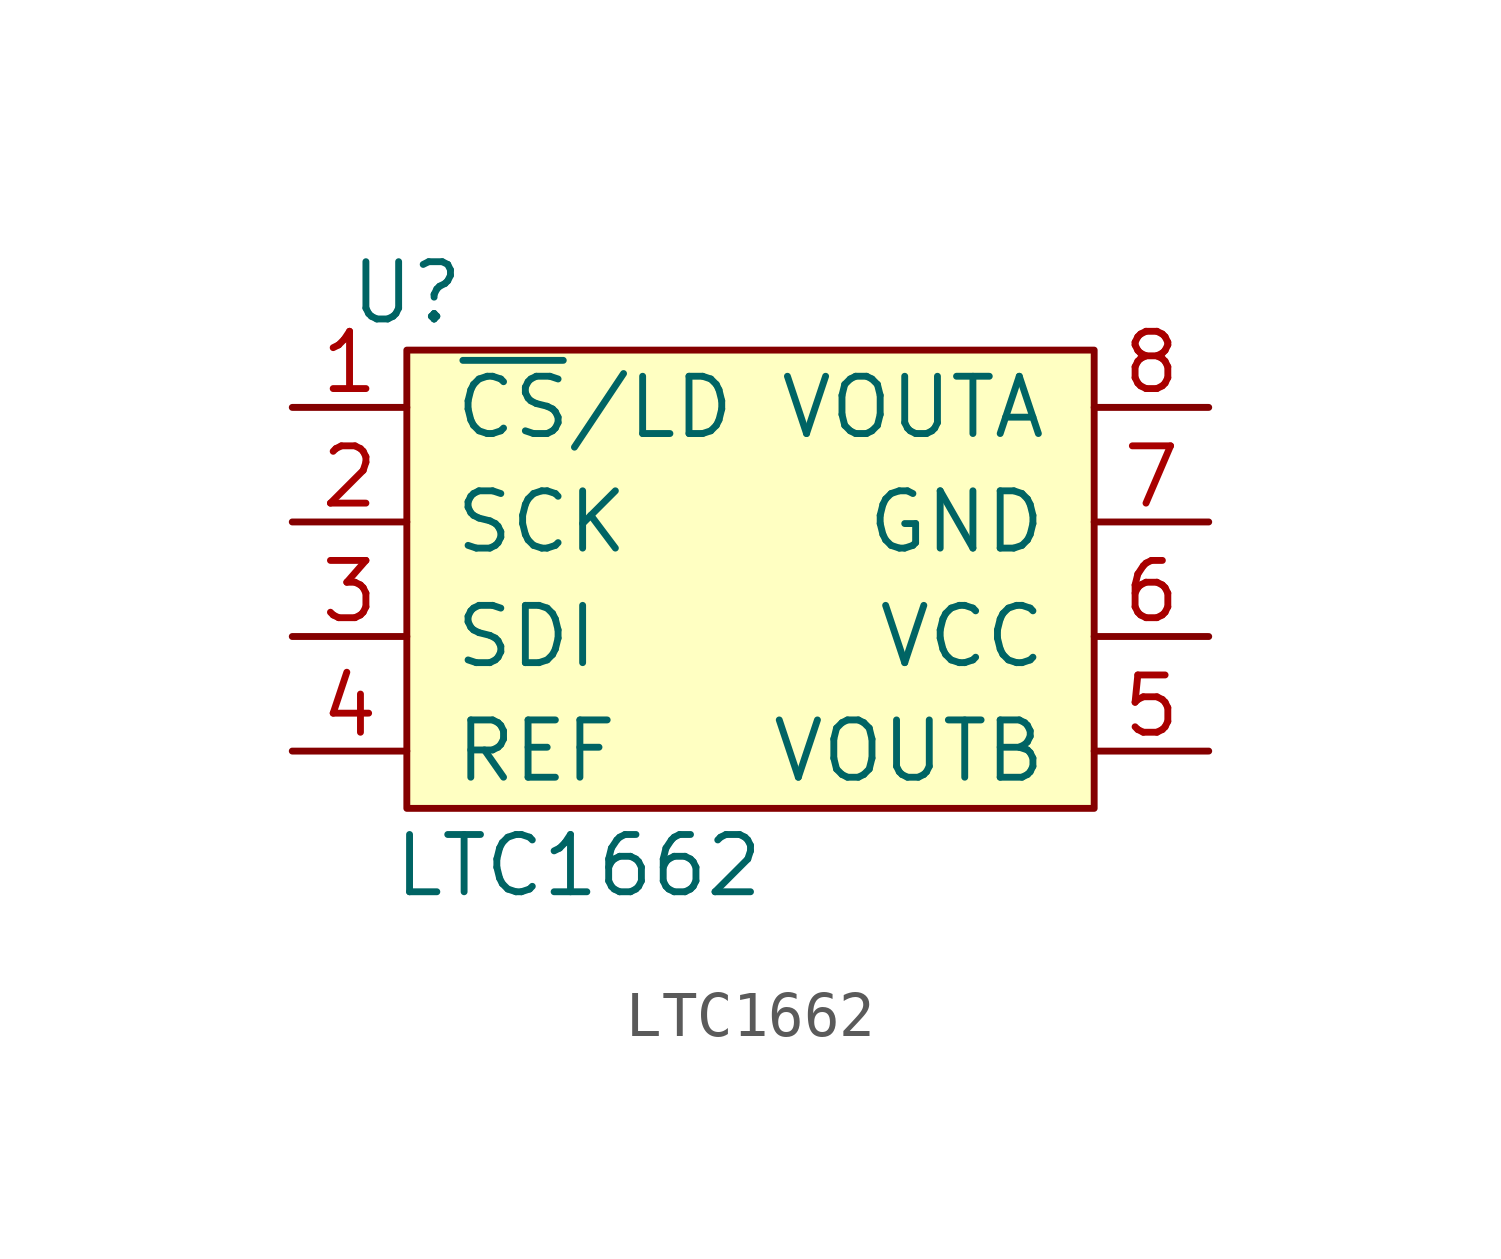
<source format=kicad_sym>
(kicad_symbol_lib
  (version 20211014)
  (generator kicad_symbol_editor)
  (symbol "LTC1662"
    (pin_names
      (offset 1.016))
    (property "Reference" "U"
      (at -7.62 6.35 0)
      (effects (font (size 1.27 1.27))))
    (property "Value" "LTC1662"
      (at -3.81 -6.35 0)
      (effects (font (size 1.27 1.27))))
    (symbol "LTC1662_0_1"
      (rectangle (start -7.62 5.08) (end 7.62 -5.08) (stroke (width 0) (type default) (color 0 0 0 0)) (fill (type background))))
    (symbol "LTC1662_1_1"
      (pin input line (at -10.16 3.81 0) (length 2.54) (name "~{CS}/LD" (effects (font (size 1.27 1.27)))) (number "1" (effects (font (size 1.27 1.27)))))
      (pin input line (at -10.16 1.27 0) (length 2.54) (name "SCK" (effects (font (size 1.27 1.27)))) (number "2" (effects (font (size 1.27 1.27)))))
      (pin input line (at -10.16 -1.27 0) (length 2.54) (name "SDI" (effects (font (size 1.27 1.27)))) (number "3" (effects (font (size 1.27 1.27)))))
      (pin input line (at -10.16 -3.81 0) (length 2.54) (name "REF" (effects (font (size 1.27 1.27)))) (number "4" (effects (font (size 1.27 1.27)))))
      (pin output line (at 10.16 -3.81 180) (length 2.54) (name "VOUTB" (effects (font (size 1.27 1.27)))) (number "5" (effects (font (size 1.27 1.27)))))
      (pin power_in line (at 10.16 -1.27 180) (length 2.54) (name "VCC" (effects (font (size 1.27 1.27)))) (number "6" (effects (font (size 1.27 1.27)))))
      (pin power_in line (at 10.16 1.27 180) (length 2.54) (name "GND" (effects (font (size 1.27 1.27)))) (number "7" (effects (font (size 1.27 1.27)))))
      (pin output line (at 10.16 3.81 180) (length 2.54) (name "VOUTA" (effects (font (size 1.27 1.27)))) (number "8" (effects (font (size 1.27 1.27))))))))
</source>
